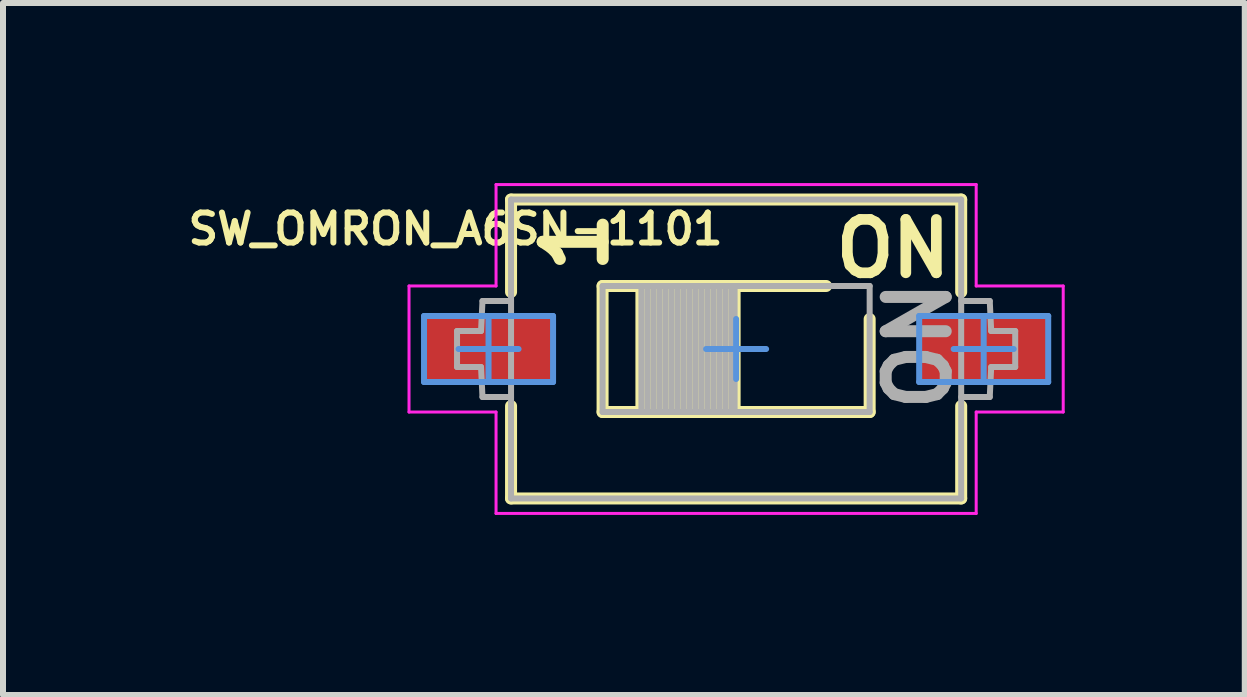
<source format=kicad_pcb>
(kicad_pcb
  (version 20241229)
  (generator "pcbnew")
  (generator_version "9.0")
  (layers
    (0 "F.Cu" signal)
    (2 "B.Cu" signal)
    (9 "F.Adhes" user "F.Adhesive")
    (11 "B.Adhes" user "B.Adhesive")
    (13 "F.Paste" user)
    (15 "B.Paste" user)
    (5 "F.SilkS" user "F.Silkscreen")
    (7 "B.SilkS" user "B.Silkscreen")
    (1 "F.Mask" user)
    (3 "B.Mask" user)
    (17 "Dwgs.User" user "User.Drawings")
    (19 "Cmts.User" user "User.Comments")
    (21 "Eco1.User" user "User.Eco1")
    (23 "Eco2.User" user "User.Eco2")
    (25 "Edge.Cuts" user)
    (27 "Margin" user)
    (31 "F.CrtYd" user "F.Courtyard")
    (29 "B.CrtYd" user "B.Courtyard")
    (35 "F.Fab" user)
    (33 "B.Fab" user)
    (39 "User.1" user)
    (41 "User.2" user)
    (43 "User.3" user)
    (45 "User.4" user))
  (footprint "SW_OMRON_A6SN-1101"
    (layer "F.Cu")
    (at 9.215 2.765)
    (property "Reference" "SW_OMRON_A6SN-1101" (at -4.675 -2 0) (layer "F.SilkS") (effects (font (size 0.5 0.5) (thickness 0.1) (bold yes))))
    (attr smd)
    (fp_line (start -3.75 -2.49) (end 3.75 -2.49) (stroke (width 0.2) (type solid)) (layer "F.SilkS"))
    (fp_line (start -3.75 -0.95) (end -3.75 -2.49) (stroke (width 0.2) (type solid)) (layer "F.SilkS"))
    (fp_line (start -3.75 2.49) (end -3.75 0.95) (stroke (width 0.2) (type solid)) (layer "F.SilkS"))
    (fp_line (start -3.75 2.49) (end 3.75 2.49) (stroke (width 0.2) (type solid)) (layer "F.SilkS"))
    (fp_line (start -2.225 -1.05) (end 1.5 -1.05) (stroke (width 0.2) (type solid)) (layer "F.SilkS"))
    (fp_line (start -2.225 1.05) (end -2.225 -1.05) (stroke (width 0.2) (type solid)) (layer "F.SilkS"))
    (fp_line (start -2.225 1.05) (end 2.225 1.05) (stroke (width 0.2) (type solid)) (layer "F.SilkS"))
    (fp_line (start -1.578 1.05) (end -1.578 -1.05) (stroke (width 0.2) (type solid)) (layer "F.SilkS"))
    (fp_line (start -1.378 1.05) (end -1.378 -1.05) (stroke (width 0.2) (type solid)) (layer "F.SilkS"))
    (fp_line (start -1.178 1.05) (end -1.178 -1.05) (stroke (width 0.2) (type solid)) (layer "F.SilkS"))
    (fp_line (start -0.978 1.05) (end -0.978 -1.05) (stroke (width 0.2) (type solid)) (layer "F.SilkS"))
    (fp_line (start -0.778 1.05) (end -0.778 -1.05) (stroke (width 0.2) (type solid)) (layer "F.SilkS"))
    (fp_line (start -0.578 1.05) (end -0.578 -1.05) (stroke (width 0.2) (type solid)) (layer "F.SilkS"))
    (fp_line (start -0.378 1.05) (end -0.378 -1.05) (stroke (width 0.2) (type solid)) (layer "F.SilkS"))
    (fp_line (start -0.178 1.05) (end -0.178 -1.05) (stroke (width 0.2) (type solid)) (layer "F.SilkS"))
    (fp_line (start -0.025 1.05) (end -0.025 -1.05) (stroke (width 0.2) (type solid)) (layer "F.SilkS"))
    (fp_line (start 2.225 1.05) (end 2.225 -0.5) (stroke (width 0.2) (type solid)) (layer "F.SilkS"))
    (fp_line (start 3.75 -0.95) (end 3.75 -2.49) (stroke (width 0.2) (type solid)) (layer "F.SilkS"))
    (fp_line (start 3.75 2.49) (end 3.75 0.95) (stroke (width 0.2) (type solid)) (layer "F.SilkS"))
    (fp_line (start -5.2 -0.55) (end -3.05 -0.55) (stroke (width 0.1) (type solid)) (layer "Cmts.User"))
    (fp_line (start -5.2 0.55) (end -5.2 -0.55) (stroke (width 0.1) (type solid)) (layer "Cmts.User"))
    (fp_line (start -5.2 0.55) (end -3.05 0.55) (stroke (width 0.1) (type solid)) (layer "Cmts.User"))
    (fp_line (start -4.625 0) (end -4.125 0) (stroke (width 0.1) (type solid)) (layer "Cmts.User"))
    (fp_line (start -4.125 -0.5) (end -4.125 0) (stroke (width 0.1) (type solid)) (layer "Cmts.User"))
    (fp_line (start -4.125 0) (end -3.625 0) (stroke (width 0.1) (type solid)) (layer "Cmts.User"))
    (fp_line (start -4.125 0.5) (end -4.125 0) (stroke (width 0.1) (type solid)) (layer "Cmts.User"))
    (fp_line (start -3.05 0.55) (end -3.05 -0.55) (stroke (width 0.1) (type solid)) (layer "Cmts.User"))
    (fp_line (start -0.5 0) (end 0 0) (stroke (width 0.1) (type solid)) (layer "Cmts.User"))
    (fp_line (start 0 0) (end 0 -0.5) (stroke (width 0.1) (type solid)) (layer "Cmts.User"))
    (fp_line (start 0 0) (end 0.5 0) (stroke (width 0.1) (type solid)) (layer "Cmts.User"))
    (fp_line (start 0 0.5) (end 0 0) (stroke (width 0.1) (type solid)) (layer "Cmts.User"))
    (fp_line (start 3.05 -0.55) (end 5.2 -0.55) (stroke (width 0.1) (type solid)) (layer "Cmts.User"))
    (fp_line (start 3.05 0.55) (end 3.05 -0.55) (stroke (width 0.1) (type solid)) (layer "Cmts.User"))
    (fp_line (start 3.05 0.55) (end 5.2 0.55) (stroke (width 0.1) (type solid)) (layer "Cmts.User"))
    (fp_line (start 3.625 0) (end 4.125 0) (stroke (width 0.1) (type solid)) (layer "Cmts.User"))
    (fp_line (start 4.125 0) (end 4.125 -0.5) (stroke (width 0.1) (type solid)) (layer "Cmts.User"))
    (fp_line (start 4.125 0) (end 4.125 0.5) (stroke (width 0.1) (type solid)) (layer "Cmts.User"))
    (fp_line (start 4.125 0) (end 4.625 0) (stroke (width 0.1) (type solid)) (layer "Cmts.User"))
    (fp_line (start 5.2 0.55) (end 5.2 -0.55) (stroke (width 0.1) (type solid)) (layer "Cmts.User"))
    (fp_line (start -5.45 -1.05) (end -4 -1.05) (stroke (width 0.05) (type solid)) (layer "F.CrtYd"))
    (fp_line (start -5.45 1.05) (end -5.45 -1.05) (stroke (width 0.05) (type solid)) (layer "F.CrtYd"))
    (fp_line (start -5.45 1.05) (end -4 1.05) (stroke (width 0.05) (type solid)) (layer "F.CrtYd"))
    (fp_line (start -4 -2.74) (end 4 -2.74) (stroke (width 0.05) (type solid)) (layer "F.CrtYd"))
    (fp_line (start -4 -1.05) (end -4 -2.74) (stroke (width 0.05) (type solid)) (layer "F.CrtYd"))
    (fp_line (start -4 1.05) (end -4 2.74) (stroke (width 0.05) (type solid)) (layer "F.CrtYd"))
    (fp_line (start -4 2.74) (end 4 2.74) (stroke (width 0.05) (type solid)) (layer "F.CrtYd"))
    (fp_line (start 4 -1.05) (end 4 -2.74) (stroke (width 0.05) (type solid)) (layer "F.CrtYd"))
    (fp_line (start 4 -1.05) (end 5.45 -1.05) (stroke (width 0.05) (type solid)) (layer "F.CrtYd"))
    (fp_line (start 4 1.05) (end 5.45 1.05) (stroke (width 0.05) (type solid)) (layer "F.CrtYd"))
    (fp_line (start 4 2.74) (end 4 1.05) (stroke (width 0.05) (type solid)) (layer "F.CrtYd"))
    (fp_line (start 5.45 1.05) (end 5.45 -1.05) (stroke (width 0.05) (type solid)) (layer "F.CrtYd"))
    (fp_line (start -4.65 -0.3) (end -4.25 -0.3) (stroke (width 0.1) (type solid)) (layer "F.Fab"))
    (fp_line (start -4.65 0.3) (end -4.65 -0.3) (stroke (width 0.1) (type solid)) (layer "F.Fab"))
    (fp_line (start -4.65 0.3) (end -4.25 0.3) (stroke (width 0.1) (type solid)) (layer "F.Fab"))
    (fp_line (start -4.25 -0.3) (end -4.226 -0.8) (stroke (width 0.1) (type solid)) (layer "F.Fab"))
    (fp_line (start -4.25 0.3) (end -4.226 0.8) (stroke (width 0.1) (type solid)) (layer "F.Fab"))
    (fp_line (start -4.226 -0.8) (end -3.75 -0.8) (stroke (width 0.1) (type solid)) (layer "F.Fab"))
    (fp_line (start -4.226 0.8) (end -3.75 0.8) (stroke (width 0.1) (type solid)) (layer "F.Fab"))
    (fp_line (start -3.75 -2.49) (end 3.75 -2.49) (stroke (width 0.1) (type solid)) (layer "F.Fab"))
    (fp_line (start -3.75 2.49) (end -3.75 -2.49) (stroke (width 0.1) (type solid)) (layer "F.Fab"))
    (fp_line (start -3.75 2.49) (end 3.75 2.49) (stroke (width 0.1) (type solid)) (layer "F.Fab"))
    (fp_line (start -2.225 -1.05) (end 2.225 -1.05) (stroke (width 0.1) (type solid)) (layer "F.Fab"))
    (fp_line (start -2.225 1.05) (end -2.225 -1.05) (stroke (width 0.1) (type solid)) (layer "F.Fab"))
    (fp_line (start -2.225 1.05) (end 2.225 1.05) (stroke (width 0.1) (type solid)) (layer "F.Fab"))
    (fp_line (start -1.578 1.05) (end -1.578 -1.05) (stroke (width 0.1) (type solid)) (layer "F.Fab"))
    (fp_line (start -1.478 1.05) (end -1.478 -1.05) (stroke (width 0.1) (type solid)) (layer "F.Fab"))
    (fp_line (start -1.378 1.05) (end -1.378 -1.05) (stroke (width 0.1) (type solid)) (layer "F.Fab"))
    (fp_line (start -1.278 1.05) (end -1.278 -1.05) (stroke (width 0.1) (type solid)) (layer "F.Fab"))
    (fp_line (start -1.178 1.05) (end -1.178 -1.05) (stroke (width 0.1) (type solid)) (layer "F.Fab"))
    (fp_line (start -1.078 1.05) (end -1.078 -1.05) (stroke (width 0.1) (type solid)) (layer "F.Fab"))
    (fp_line (start -0.978 1.05) (end -0.978 -1.05) (stroke (width 0.1) (type solid)) (layer "F.Fab"))
    (fp_line (start -0.878 1.05) (end -0.878 -1.05) (stroke (width 0.1) (type solid)) (layer "F.Fab"))
    (fp_line (start -0.778 1.05) (end -0.778 -1.05) (stroke (width 0.1) (type solid)) (layer "F.Fab"))
    (fp_line (start -0.678 1.05) (end -0.678 -1.05) (stroke (width 0.1) (type solid)) (layer "F.Fab"))
    (fp_line (start -0.578 1.05) (end -0.578 -1.05) (stroke (width 0.1) (type solid)) (layer "F.Fab"))
    (fp_line (start -0.478 1.05) (end -0.478 -1.05) (stroke (width 0.1) (type solid)) (layer "F.Fab"))
    (fp_line (start -0.378 -1.05) (end -0.378 1.05) (stroke (width 0.1) (type solid)) (layer "F.Fab"))
    (fp_line (start -0.278 1.05) (end -0.278 -1.05) (stroke (width 0.1) (type solid)) (layer "F.Fab"))
    (fp_line (start -0.178 1.05) (end -0.178 -1.05) (stroke (width 0.1) (type solid)) (layer "F.Fab"))
    (fp_line (start -0.078 1.05) (end -0.078 -1.05) (stroke (width 0.1) (type solid)) (layer "F.Fab"))
    (fp_line (start -0.025 1.05) (end -0.025 -1.05) (stroke (width 0.1) (type solid)) (layer "F.Fab"))
    (fp_line (start 2.225 1.05) (end 2.225 -1.05) (stroke (width 0.1) (type solid)) (layer "F.Fab"))
    (fp_line (start 3.75 -0.8) (end 4.226 -0.8) (stroke (width 0.1) (type solid)) (layer "F.Fab"))
    (fp_line (start 3.75 -0.55) (end 4.226 -0.55) (stroke (width 0.1) (type solid)) (layer "F.Fab"))
    (fp_line (start 3.75 0.8) (end 4.226 0.8) (stroke (width 0.1) (type solid)) (layer "F.Fab"))
    (fp_line (start 3.75 2.49) (end 3.75 -2.49) (stroke (width 0.1) (type solid)) (layer "F.Fab"))
    (fp_line (start 4.226 -0.8) (end 4.25 -0.3) (stroke (width 0.1) (type solid)) (layer "F.Fab"))
    (fp_line (start 4.226 0.8) (end 4.25 0.3) (stroke (width 0.1) (type solid)) (layer "F.Fab"))
    (fp_line (start 4.25 -0.3) (end 4.65 -0.3) (stroke (width 0.1) (type solid)) (layer "F.Fab"))
    (fp_line (start 4.25 0.3) (end 4.65 0.3) (stroke (width 0.1) (type solid)) (layer "F.Fab"))
    (fp_line (start 4.65 0.3) (end 4.65 -0.3) (stroke (width 0.1) (type solid)) (layer "F.Fab"))
    (fp_text user "ON" (at 2.616 -1.672 0) (layer "F.SilkS") (effects (font (size 0.889 0.889) (thickness 0.178))))
    (fp_text user "1" (at -2.675 -1.786 90) (layer "F.SilkS") (effects (font (size 1 1) (thickness 0.2))))
    (fp_text user "ON" (at 3.04 -0.058 90) (layer "F.Fab") (effects (font (size 1 1) (thickness 0.2))))
    (pad "1" smd rect (at -4.125 0) (size 2.15 1.1) (layers "F.Cu" "F.Mask" "F.Paste"))
    (pad "2" smd rect (at 4.125 0) (size 2.15 1.1) (layers "F.Cu" "F.Mask" "F.Paste")))
  (gr_rect
    (start -3 -3)
    (end 17.69 8.53)
    (stroke (width 0.1) (type default))
    (fill no)
    (layer "Edge.Cuts")))
</source>
